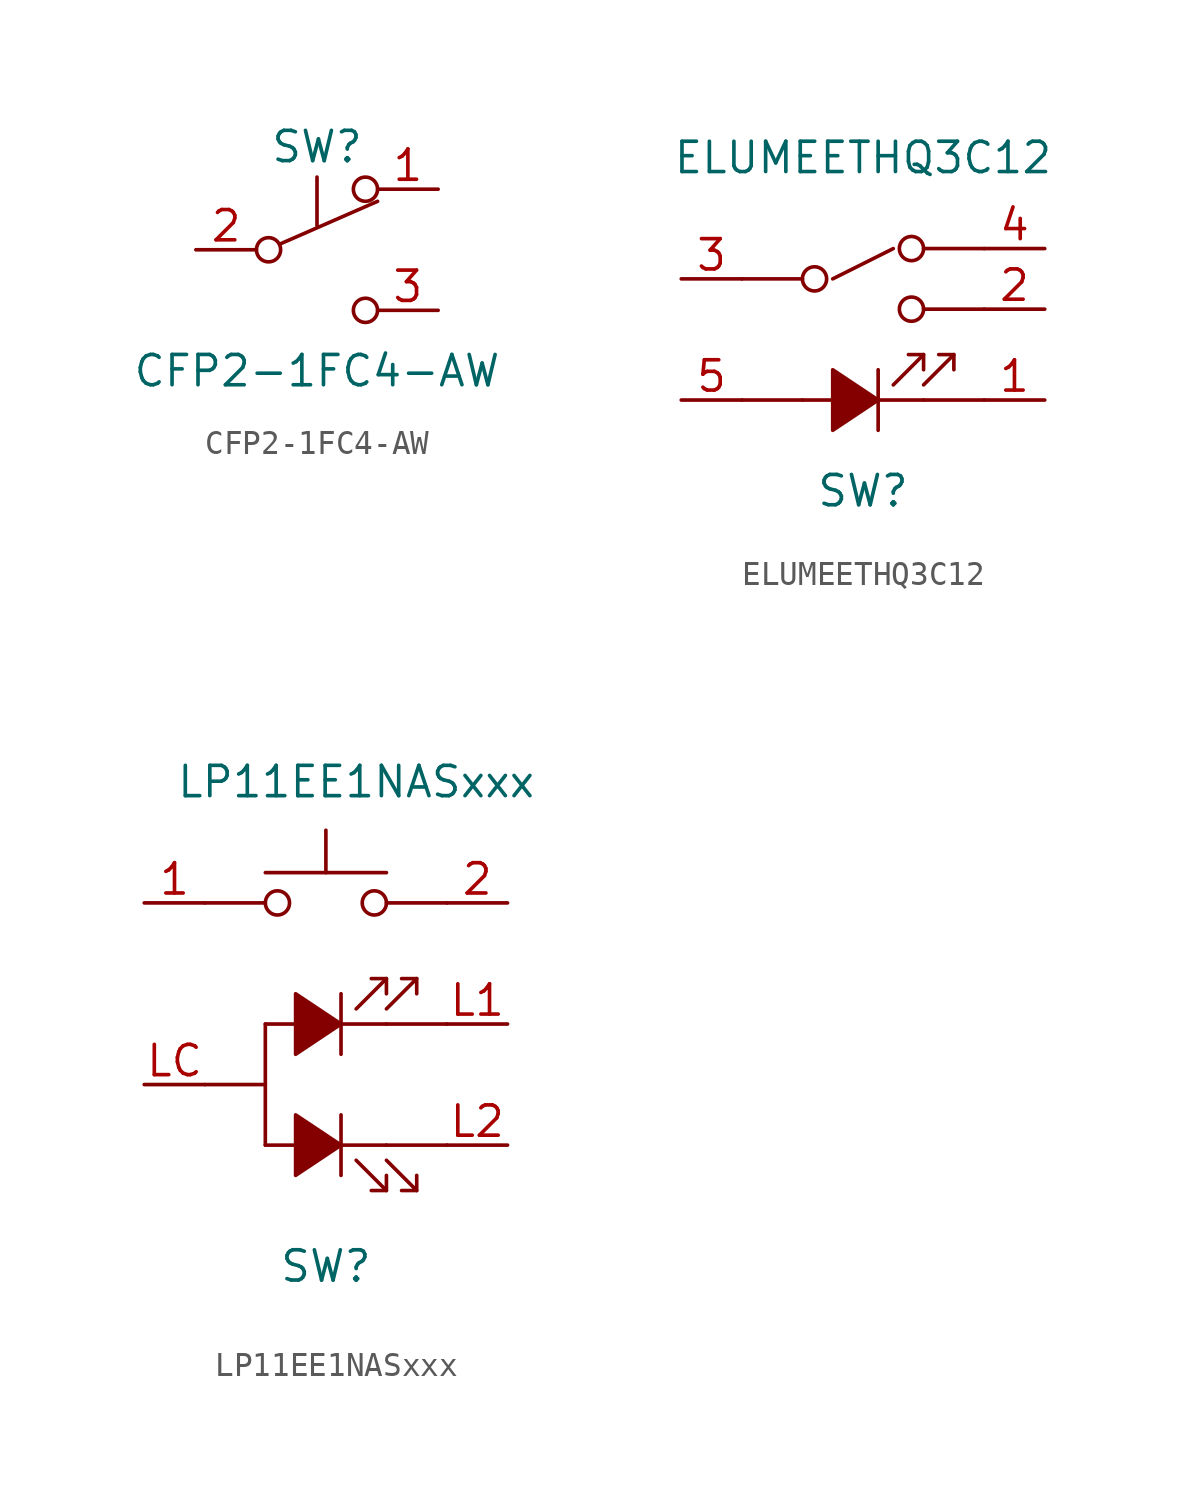
<source format=kicad_sym>
(kicad_symbol_lib
  (version 20211014)
  (generator kicad_symbol_editor)
  (symbol "CFP2-1FC4-AW‎"
    (pin_names
      (offset 0) hide)
    (property "Reference" "SW"
      (at 0 4.318 0)
      (effects (font (size 1.27 1.27))))
    (property "Value" "CFP2-1FC4-AW‎"
      (at 0 -5.08 0)
      (effects (font (size 1.27 1.27))))
    (symbol "CFP2-1FC4-AW‎_0_0"
      (circle (center -2.032 0) (radius 0.508) (stroke (width 0) (type default) (color 0 0 0 0)) (fill (type none)))
      (polyline (pts (xy 0 1.016) (xy 0 3.048)) (stroke (width 0) (type default) (color 0 0 0 0)) (fill (type none)))
      (circle (center 2.032 -2.54) (radius 0.508) (stroke (width 0) (type default) (color 0 0 0 0)) (fill (type none))))
    (symbol "CFP2-1FC4-AW‎_0_1"
      (polyline (pts (xy -1.524 0.254) (xy 2.54 2.032)) (stroke (width 0) (type default) (color 0 0 0 0)) (fill (type none)))
      (circle (center 2.032 2.54) (radius 0.508) (stroke (width 0) (type default) (color 0 0 0 0)) (fill (type none))))
    (symbol "CFP2-1FC4-AW‎_1_1"
      (pin passive line (at 5.08 2.54 180) (length 2.54) (name "A" (effects (font (size 1.27 1.27)))) (number "1" (effects (font (size 1.27 1.27)))))
      (pin passive line (at -5.08 0 0) (length 2.54) (name "B" (effects (font (size 1.27 1.27)))) (number "2" (effects (font (size 1.27 1.27)))))
      (pin passive line (at 5.08 -2.54 180) (length 2.54) (name "C" (effects (font (size 1.27 1.27)))) (number "3" (effects (font (size 1.27 1.27)))))))
  (symbol "ELUMEETHQ3C12"
    (pin_names
      (offset 1.016))
    (property "Reference" "SW"
      (at 0 -6.35 0)
      (effects (font (size 1.27 1.27))))
    (property "Value" "ELUMEETHQ3C12"
      (at 0 7.62 0)
      (effects (font (size 1.27 1.27))))
    (symbol "ELUMEETHQ3C12_0_1"
      (polyline (pts (xy 1.27 3.81) (xy -1.27 2.54)) (stroke (width 0) (type default) (color 0 0 0 0)) (fill (type none))))
    (symbol "ELUMEETHQ3C12_1_0"
      (polyline (pts (xy -5.08 -2.54) (xy -2.54 -2.54)) (stroke (width 0) (type default) (color 0 0 0 0)) (fill (type none)))
      (polyline (pts (xy -5.08 2.54) (xy -2.54 2.54)) (stroke (width 0) (type default) (color 0 0 0 0)) (fill (type none)))
      (polyline (pts (xy 0.635 -1.27) (xy 0.635 -3.81)) (stroke (width 0) (type default) (color 0 0 0 0)) (fill (type none)))
      (polyline (pts (xy 2.54 -2.54) (xy -2.54 -2.54)) (stroke (width 0) (type default) (color 0 0 0 0)) (fill (type none)))
      (polyline (pts (xy 2.54 -0.635) (xy 1.27 -1.905)) (stroke (width 0) (type default) (color 0 0 0 0)) (fill (type none)))
      (polyline (pts (xy 2.54 1.27) (xy 5.08 1.27)) (stroke (width 0) (type default) (color 0 0 0 0)) (fill (type none)))
      (polyline (pts (xy 2.54 3.81) (xy 5.08 3.81)) (stroke (width 0) (type default) (color 0 0 0 0)) (fill (type none)))
      (polyline (pts (xy 3.81 -0.635) (xy 2.54 -1.905)) (stroke (width 0) (type default) (color 0 0 0 0)) (fill (type none)))
      (polyline (pts (xy 5.08 -2.54) (xy 2.54 -2.54)) (stroke (width 0) (type default) (color 0 0 0 0)) (fill (type none)))
      (polyline (pts (xy 2.54 -1.27) (xy 2.54 -0.635) (xy 1.905 -0.635)) (stroke (width 0) (type default) (color 0 0 0 0)) (fill (type none)))
      (polyline (pts (xy 3.81 -1.27) (xy 3.81 -0.635) (xy 3.175 -0.635)) (stroke (width 0) (type default) (color 0 0 0 0)) (fill (type none)))
      (polyline (pts (xy 0.635 -2.54) (xy -1.27 -1.27) (xy -1.27 -3.81) (xy 0.635 -2.54)) (stroke (width 0) (type default) (color 0 0 0 0)) (fill (type outline))))
    (symbol "ELUMEETHQ3C12_1_1"
      (circle (center -2.032 2.54) (radius 0.508) (stroke (width 0) (type default) (color 0 0 0 0)) (fill (type none)))
      (circle (center 2.032 1.27) (radius 0.508) (stroke (width 0) (type default) (color 0 0 0 0)) (fill (type none)))
      (circle (center 2.032 3.81) (radius 0.508) (stroke (width 0) (type default) (color 0 0 0 0)) (fill (type none)))
      (pin passive line (at 7.62 -2.54 180) (length 2.54) (name "~" (effects (font (size 1.27 1.27)))) (number "1" (effects (font (size 1.27 1.27)))))
      (pin passive line (at 7.62 1.27 180) (length 2.54) (name "~" (effects (font (size 1.27 1.27)))) (number "2" (effects (font (size 1.27 1.27)))))
      (pin passive line (at -7.62 2.54 0) (length 2.54) (name "~" (effects (font (size 1.27 1.27)))) (number "3" (effects (font (size 1.27 1.27)))))
      (pin passive line (at 7.62 3.81 180) (length 2.54) (name "~" (effects (font (size 1.27 1.27)))) (number "4" (effects (font (size 1.27 1.27)))))
      (pin passive line (at -7.62 -2.54 0) (length 2.54) (name "~" (effects (font (size 1.27 1.27)))) (number "5" (effects (font (size 1.27 1.27)))))))
  (symbol "LP11EE1NASxxx"
    (pin_names
      (offset 1.016))
    (property "Reference" "SW"
      (at 0 -12.7 0)
      (effects (font (size 1.27 1.27))))
    (property "Value" "LP11EE1NASxxx"
      (at 1.27 7.62 0)
      (effects (font (size 1.27 1.27))))
    (symbol "LP11EE1NASxxx_0_1"
      (polyline (pts (xy -2.54 -7.62) (xy -2.54 -2.54)) (stroke (width 0) (type default) (color 0 0 0 0)) (fill (type none))))
    (symbol "LP11EE1NASxxx_1_0"
      (polyline (pts (xy -5.08 -5.08) (xy -2.54 -5.08)) (stroke (width 0) (type default) (color 0 0 0 0)) (fill (type none)))
      (polyline (pts (xy -5.08 2.54) (xy -2.54 2.54)) (stroke (width 0) (type default) (color 0 0 0 0)) (fill (type none)))
      (polyline (pts (xy 0.635 -6.35) (xy 0.635 -8.89)) (stroke (width 0) (type default) (color 0 0 0 0)) (fill (type none)))
      (polyline (pts (xy 0.635 -1.27) (xy 0.635 -3.81)) (stroke (width 0) (type default) (color 0 0 0 0)) (fill (type none)))
      (polyline (pts (xy 2.54 -9.525) (xy 1.27 -8.255)) (stroke (width 0) (type default) (color 0 0 0 0)) (fill (type none)))
      (polyline (pts (xy 2.54 -7.62) (xy -2.54 -7.62)) (stroke (width 0) (type default) (color 0 0 0 0)) (fill (type none)))
      (polyline (pts (xy 2.54 -2.54) (xy -2.54 -2.54)) (stroke (width 0) (type default) (color 0 0 0 0)) (fill (type none)))
      (polyline (pts (xy 2.54 -0.635) (xy 1.27 -1.905)) (stroke (width 0) (type default) (color 0 0 0 0)) (fill (type none)))
      (polyline (pts (xy 2.54 2.54) (xy 5.08 2.54)) (stroke (width 0) (type default) (color 0 0 0 0)) (fill (type none)))
      (polyline (pts (xy 3.81 -9.525) (xy 2.54 -8.255)) (stroke (width 0) (type default) (color 0 0 0 0)) (fill (type none)))
      (polyline (pts (xy 3.81 -0.635) (xy 2.54 -1.905)) (stroke (width 0) (type default) (color 0 0 0 0)) (fill (type none)))
      (polyline (pts (xy 5.08 -7.62) (xy 2.54 -7.62)) (stroke (width 0) (type default) (color 0 0 0 0)) (fill (type none)))
      (polyline (pts (xy 5.08 -2.54) (xy 2.54 -2.54)) (stroke (width 0) (type default) (color 0 0 0 0)) (fill (type none)))
      (polyline (pts (xy 2.54 -8.89) (xy 2.54 -9.525) (xy 1.905 -9.525)) (stroke (width 0) (type default) (color 0 0 0 0)) (fill (type none)))
      (polyline (pts (xy 2.54 -1.27) (xy 2.54 -0.635) (xy 1.905 -0.635)) (stroke (width 0) (type default) (color 0 0 0 0)) (fill (type none)))
      (polyline (pts (xy 3.81 -8.89) (xy 3.81 -9.525) (xy 3.175 -9.525)) (stroke (width 0) (type default) (color 0 0 0 0)) (fill (type none)))
      (polyline (pts (xy 3.81 -1.27) (xy 3.81 -0.635) (xy 3.175 -0.635)) (stroke (width 0) (type default) (color 0 0 0 0)) (fill (type none)))
      (polyline (pts (xy 0.635 -7.62) (xy -1.27 -6.35) (xy -1.27 -8.89) (xy 0.635 -7.62)) (stroke (width 0) (type default) (color 0 0 0 0)) (fill (type outline)))
      (polyline (pts (xy 0.635 -2.54) (xy -1.27 -1.27) (xy -1.27 -3.81) (xy 0.635 -2.54)) (stroke (width 0) (type default) (color 0 0 0 0)) (fill (type outline))))
    (symbol "LP11EE1NASxxx_1_1"
      (circle (center -2.032 2.54) (radius 0.508) (stroke (width 0) (type default) (color 0 0 0 0)) (fill (type none)))
      (polyline (pts (xy 0 3.81) (xy 0 5.588)) (stroke (width 0) (type default) (color 0 0 0 0)) (fill (type none)))
      (polyline (pts (xy 2.54 3.81) (xy -2.54 3.81)) (stroke (width 0) (type default) (color 0 0 0 0)) (fill (type none)))
      (circle (center 2.032 2.54) (radius 0.508) (stroke (width 0) (type default) (color 0 0 0 0)) (fill (type none)))
      (pin passive line (at -7.62 2.54 0) (length 2.54) (name "~" (effects (font (size 1.27 1.27)))) (number "1" (effects (font (size 1.27 1.27)))))
      (pin passive line (at 7.62 2.54 180) (length 2.54) (name "~" (effects (font (size 1.27 1.27)))) (number "2" (effects (font (size 1.27 1.27)))))
      (pin passive line (at 7.62 -2.54 180) (length 2.54) (name "~" (effects (font (size 1.27 1.27)))) (number "L1" (effects (font (size 1.27 1.27)))))
      (pin passive line (at 7.62 -7.62 180) (length 2.54) (name "~" (effects (font (size 1.27 1.27)))) (number "L2" (effects (font (size 1.27 1.27)))))
      (pin passive line (at -7.62 -5.08 0) (length 2.54) (name "~" (effects (font (size 1.27 1.27)))) (number "LC" (effects (font (size 1.27 1.27))))))))
</source>
